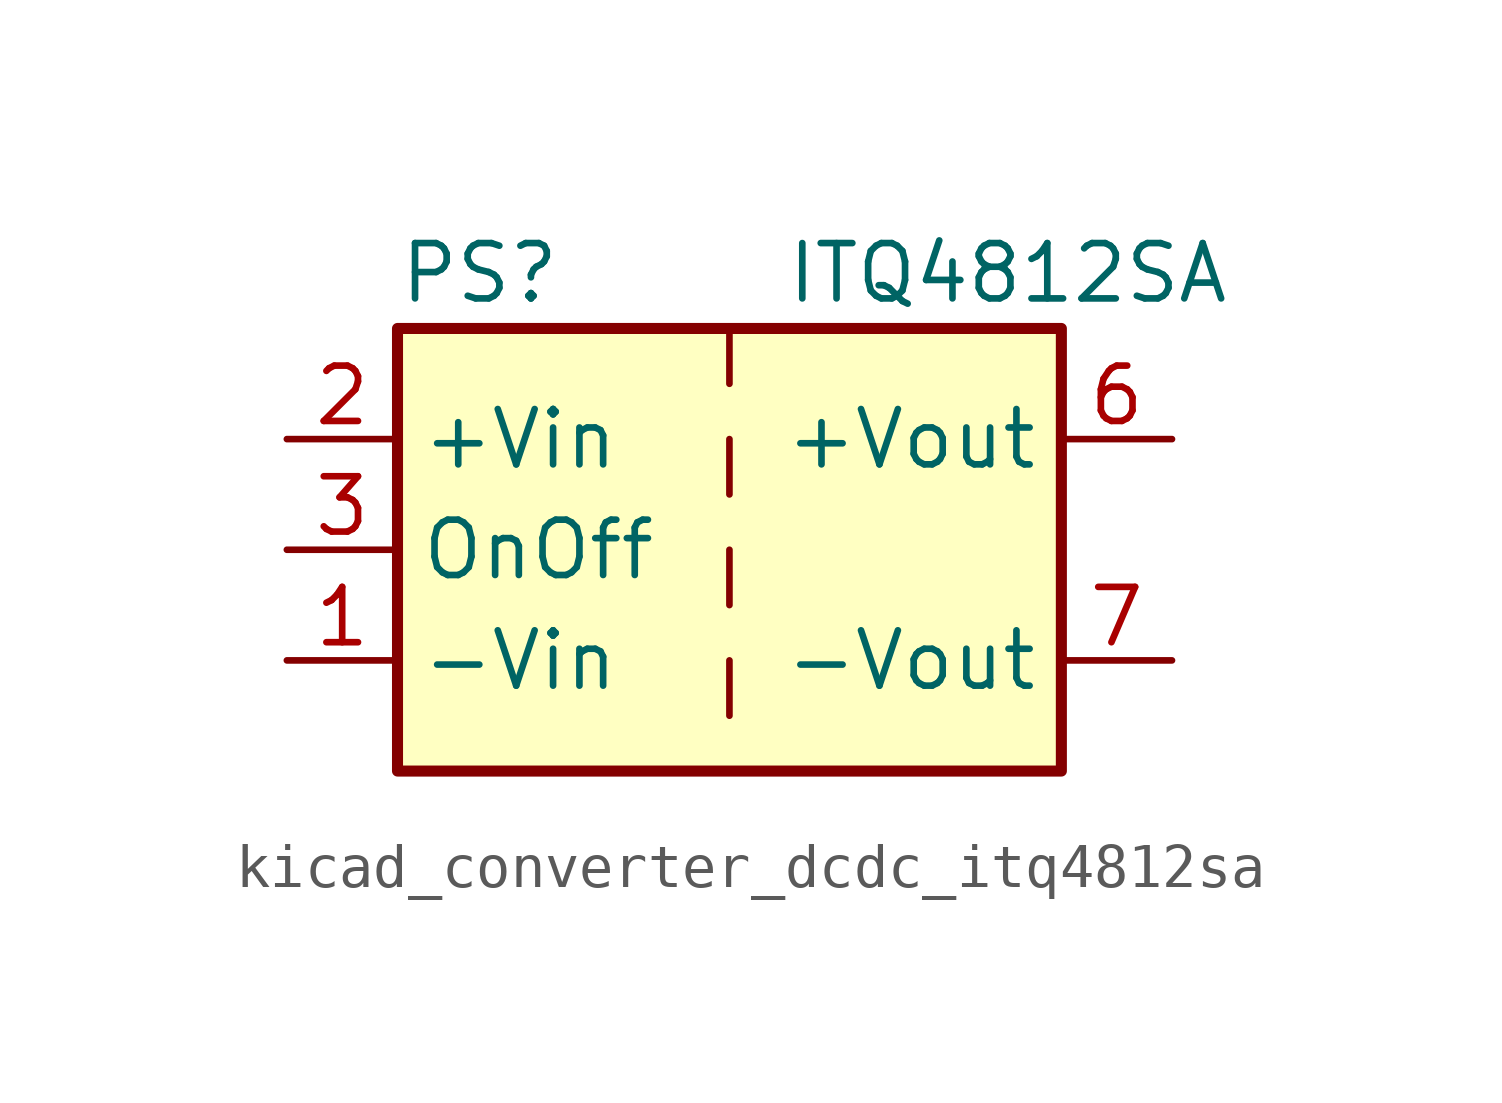
<source format=kicad_sym>
(kicad_symbol_lib
  (version 20220914)
  (generator kicad_symbol_editor)
  (symbol "kicad_converter_dcdc_itq4812sa"
    (property "Reference" "PS"
      (at -7.62 6.35 0)
      (effects (font (size 1.27 1.27)) (justify left)))
    (property "Value" "ITQ4812SA"
      (at 1.27 6.35 0)
      (effects (font (size 1.27 1.27)) (justify left)))
    (symbol "kicad_converter_dcdc_itq4812sa_0_0"
      (pin power_in line (at -10.16 -2.54 0) (length 2.54) (name "-Vin" (effects (font (size 1.27 1.27)))) (number "1" (effects (font (size 1.27 1.27)))))
      (pin power_in line (at -10.16 2.54 0) (length 2.54) (name "+Vin" (effects (font (size 1.27 1.27)))) (number "2" (effects (font (size 1.27 1.27)))))
      (pin input line (at -10.16 0 0) (length 2.54) (name "OnOff" (effects (font (size 1.27 1.27)))) (number "3" (effects (font (size 1.27 1.27)))))
      (pin no_connect line (at 0 5.08 270) (length 2.54) hide (name "NC" (effects (font (size 1.27 1.27)))) (number "5" (effects (font (size 1.27 1.27)))))
      (pin power_out line (at 10.16 2.54 180) (length 2.54) (name "+Vout" (effects (font (size 1.27 1.27)))) (number "6" (effects (font (size 1.27 1.27)))))
      (pin power_out line (at 10.16 -2.54 180) (length 2.54) (name "-Vout" (effects (font (size 1.27 1.27)))) (number "7" (effects (font (size 1.27 1.27)))))
      (pin no_connect line (at 7.62 0 180) (length 2.54) hide (name "NC" (effects (font (size 1.27 1.27)))) (number "8" (effects (font (size 1.27 1.27))))))
    (symbol "kicad_converter_dcdc_itq4812sa_0_1"
      (rectangle (start -7.62 5.08) (end 7.62 -5.08) (stroke (width 0.254) (type default)) (fill (type background)))
      (polyline (pts (xy 0 -2.54) (xy 0 -3.81)) (stroke (width 0) (type default)) (fill (type none)))
      (polyline (pts (xy 0 0) (xy 0 -1.27)) (stroke (width 0) (type default)) (fill (type none)))
      (polyline (pts (xy 0 2.54) (xy 0 1.27)) (stroke (width 0) (type default)) (fill (type none)))
      (polyline (pts (xy 0 5.08) (xy 0 3.81)) (stroke (width 0) (type default)) (fill (type none))))))
</source>
